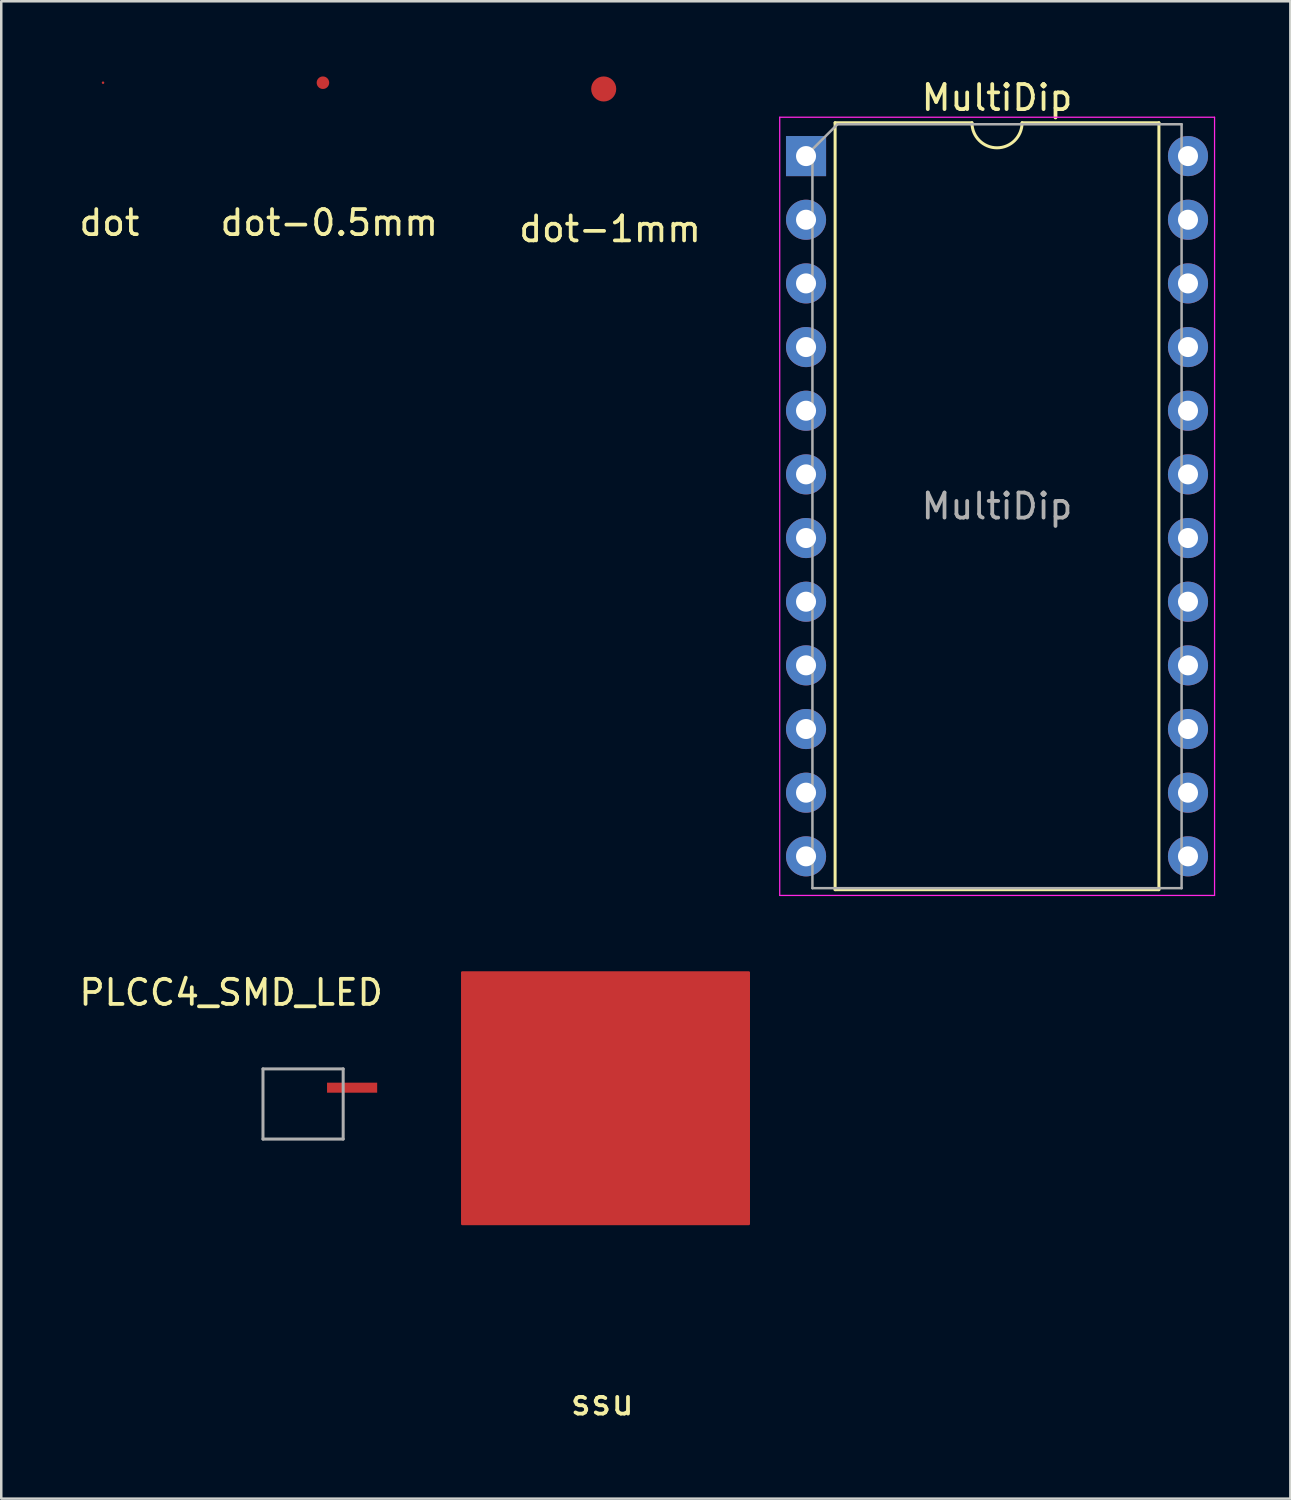
<source format=kicad_pcb>
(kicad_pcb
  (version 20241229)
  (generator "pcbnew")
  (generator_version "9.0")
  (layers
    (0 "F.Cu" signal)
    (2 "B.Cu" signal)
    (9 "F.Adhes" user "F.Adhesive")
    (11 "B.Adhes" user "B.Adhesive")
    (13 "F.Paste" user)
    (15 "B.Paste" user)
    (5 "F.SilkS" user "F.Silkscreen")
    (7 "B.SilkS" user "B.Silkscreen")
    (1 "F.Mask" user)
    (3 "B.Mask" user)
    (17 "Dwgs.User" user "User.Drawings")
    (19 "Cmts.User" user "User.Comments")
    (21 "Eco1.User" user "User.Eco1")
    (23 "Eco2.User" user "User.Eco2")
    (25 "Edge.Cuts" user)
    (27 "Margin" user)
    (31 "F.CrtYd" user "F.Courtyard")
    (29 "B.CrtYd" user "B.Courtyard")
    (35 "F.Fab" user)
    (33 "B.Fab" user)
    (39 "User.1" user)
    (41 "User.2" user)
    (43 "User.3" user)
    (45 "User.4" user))
  (footprint "dot"
    (layer "F.Cu")
    (at 1.061 0.25)
    (property "Reference" "dot" (at 0.254 5.588 0) (layer "F.SilkS") (effects (font (size 1 1) (thickness 0.15))))
    (attr through_hole)
    (pad "1" smd circle (at 0 0) (size 0.1 0.1) (layers "F.Cu")))
  (footprint "dot-0.5mm"
    (layer "F.Cu")
    (at 9.835 0.25)
    (property "Reference" "dot-0.5mm" (at 0.254 5.588 0) (layer "F.SilkS") (effects (font (size 1 1) (thickness 0.15))))
    (attr through_hole)
    (pad "1" smd circle (at 0 0) (size 0.5 0.5) (layers "F.Cu")))
  (footprint "MultiDip"
    (layer "F.Cu")
    (at 29.111 3.178)
    (property "Reference" "MultiDip" (at 7.62 -2.33 0) (layer "F.SilkS") (effects (font (size 1 1) (thickness 0.15))))
    (attr through_hole)
    (fp_line (start 1.16 -1.33) (end 1.16 29.27) (stroke (width 0.12) (type solid)) (layer "F.SilkS"))
    (fp_line (start 1.16 29.27) (end 14.08 29.27) (stroke (width 0.12) (type solid)) (layer "F.SilkS"))
    (fp_line (start 6.62 -1.33) (end 1.16 -1.33) (stroke (width 0.12) (type solid)) (layer "F.SilkS"))
    (fp_line (start 14.08 -1.33) (end 8.62 -1.33) (stroke (width 0.12) (type solid)) (layer "F.SilkS"))
    (fp_line (start 14.08 29.27) (end 14.08 -1.33) (stroke (width 0.12) (type solid)) (layer "F.SilkS"))
    (fp_arc (start 8.62 -1.33) (mid 7.62 -0.33) (end 6.62 -1.33) (stroke (width 0.12) (type solid)) (layer "F.SilkS"))
    (fp_line (start -1.05 -1.55) (end -1.05 29.5) (stroke (width 0.05) (type solid)) (layer "F.CrtYd"))
    (fp_line (start -1.05 29.5) (end 16.3 29.5) (stroke (width 0.05) (type solid)) (layer "F.CrtYd"))
    (fp_line (start 16.3 -1.55) (end -1.05 -1.55) (stroke (width 0.05) (type solid)) (layer "F.CrtYd"))
    (fp_line (start 16.3 29.5) (end 16.3 -1.55) (stroke (width 0.05) (type solid)) (layer "F.CrtYd"))
    (fp_line (start 0.255 -0.27) (end 1.255 -1.27) (stroke (width 0.1) (type solid)) (layer "F.Fab"))
    (fp_line (start 0.255 29.21) (end 0.255 -0.27) (stroke (width 0.1) (type solid)) (layer "F.Fab"))
    (fp_line (start 1.255 -1.27) (end 14.985 -1.27) (stroke (width 0.1) (type solid)) (layer "F.Fab"))
    (fp_line (start 14.985 -1.27) (end 14.985 29.21) (stroke (width 0.1) (type solid)) (layer "F.Fab"))
    (fp_line (start 14.985 29.21) (end 0.255 29.21) (stroke (width 0.1) (type solid)) (layer "F.Fab"))
    (fp_text user "${REFERENCE}" (at 7.62 13.97 0) (layer "F.Fab") (effects (font (size 1 1) (thickness 0.15))))
    (pad "1" thru_hole rect (at 0 0) (size 1.6 1.6) (drill 0.8) (layers "*.Cu" "*.Mask"))
    (pad "2" thru_hole oval (at 0 2.54) (size 1.6 1.6) (drill 0.8) (layers "*.Cu" "*.Mask"))
    (pad "3" thru_hole oval (at 0 5.08) (size 1.6 1.6) (drill 0.8) (layers "*.Cu" "*.Mask"))
    (pad "4" thru_hole oval (at 0 7.62) (size 1.6 1.6) (drill 0.8) (layers "*.Cu" "*.Mask"))
    (pad "5" thru_hole oval (at 0 10.16) (size 1.6 1.6) (drill 0.8) (layers "*.Cu" "*.Mask"))
    (pad "6" thru_hole oval (at 0 12.7) (size 1.6 1.6) (drill 0.8) (layers "*.Cu" "*.Mask"))
    (pad "7" thru_hole oval (at 0 15.24) (size 1.6 1.6) (drill 0.8) (layers "*.Cu" "*.Mask"))
    (pad "8" thru_hole oval (at 0 17.78) (size 1.6 1.6) (drill 0.8) (layers "*.Cu" "*.Mask"))
    (pad "9" thru_hole oval (at 0 20.32) (size 1.6 1.6) (drill 0.8) (layers "*.Cu" "*.Mask"))
    (pad "10" thru_hole oval (at 0 22.86) (size 1.6 1.6) (drill 0.8) (layers "*.Cu" "*.Mask"))
    (pad "11" thru_hole oval (at 0 25.4) (size 1.6 1.6) (drill 0.8) (layers "*.Cu" "*.Mask"))
    (pad "12" thru_hole oval (at 0 27.94) (size 1.6 1.6) (drill 0.8) (layers "*.Cu" "*.Mask"))
    (pad "13" thru_hole oval (at 15.24 27.94) (size 1.6 1.6) (drill 0.8) (layers "*.Cu" "*.Mask"))
    (pad "14" thru_hole oval (at 15.24 25.4) (size 1.6 1.6) (drill 0.8) (layers "*.Cu" "*.Mask"))
    (pad "15" thru_hole oval (at 15.24 22.86) (size 1.6 1.6) (drill 0.8) (layers "*.Cu" "*.Mask"))
    (pad "16" thru_hole oval (at 15.24 20.32) (size 1.6 1.6) (drill 0.8) (layers "*.Cu" "*.Mask"))
    (pad "17" thru_hole oval (at 15.24 17.78) (size 1.6 1.6) (drill 0.8) (layers "*.Cu" "*.Mask"))
    (pad "18" thru_hole oval (at 15.24 15.24) (size 1.6 1.6) (drill 0.8) (layers "*.Cu" "*.Mask"))
    (pad "19" thru_hole oval (at 15.24 12.7) (size 1.6 1.6) (drill 0.8) (layers "*.Cu" "*.Mask"))
    (pad "20" thru_hole oval (at 15.24 10.16) (size 1.6 1.6) (drill 0.8) (layers "*.Cu" "*.Mask"))
    (pad "21" thru_hole oval (at 15.24 7.62) (size 1.6 1.6) (drill 0.8) (layers "*.Cu" "*.Mask"))
    (pad "22" thru_hole oval (at 15.24 5.08) (size 1.6 1.6) (drill 0.8) (layers "*.Cu" "*.Mask"))
    (pad "23" thru_hole oval (at 15.24 2.54) (size 1.6 1.6) (drill 0.8) (layers "*.Cu" "*.Mask"))
    (pad "24" thru_hole oval (at 15.24 0) (size 1.6 1.6) (drill 0.8) (layers "*.Cu" "*.Mask")))
  (footprint "PLCC4_SMD_LED"
    (layer "F.Cu")
    (at 7.443 39.599)
    (property "Reference" "PLCC4_SMD_LED" (at -1.27 -3.048 180) (layer "F.SilkS") (effects (font (size 1 1) (thickness 0.15))))
    (attr through_hole)
    (fp_line (start 0 0) (end 0 2.8) (stroke (width 0.12) (type solid)) (layer "F.Fab"))
    (fp_line (start 0 0) (end 3.2 0) (stroke (width 0.12) (type solid)) (layer "F.Fab"))
    (fp_line (start 0 2.8) (end 3.2 2.8) (stroke (width 0.12) (type solid)) (layer "F.Fab"))
    (fp_line (start 3.2 0) (end 3.2 2.8) (stroke (width 0.12) (type solid)) (layer "F.Fab"))
    (pad "1" smd rect (at 3.556 0.75) (size 2 0.4) (layers "F.Cu" "F.Mask" "F.Paste")))
  (footprint "ssu"
    (layer "F.Cu")
    (at 20.983 40.833)
    (property "Reference" "ssu" (at 0 12.065 0) (layer "F.SilkS") (effects (font (size 1 1) (thickness 0.15))))
    (attr through_hole)
    (fp_poly (pts (xy -5.588 -5.08) (xy 5.842 -5.08) (xy 5.842 4.953) (xy -5.588 4.953)) (stroke (width 0.1) (type solid)) (fill yes) (layer "F.Cu"))
    (fp_poly (pts (xy -5.588 -5.08) (xy 5.842 -5.08) (xy 5.842 4.953) (xy -5.588 4.953)) (stroke (width 0.1) (type solid)) (fill yes) (layer "F.Mask")))
  (footprint "dot-1mm"
    (layer "F.Cu")
    (at 21.038 0.5)
    (property "Reference" "dot-1mm" (at 0.254 5.588 0) (layer "F.SilkS") (effects (font (size 1 1) (thickness 0.15))))
    (attr through_hole)
    (pad "1" smd circle (at 0 0) (size 1 1) (layers "F.Cu")))
  (gr_rect
    (start -3 -3)
    (end 48.436 56.746)
    (stroke (width 0.1) (type default))
    (fill no)
    (layer "Edge.Cuts")))
</source>
